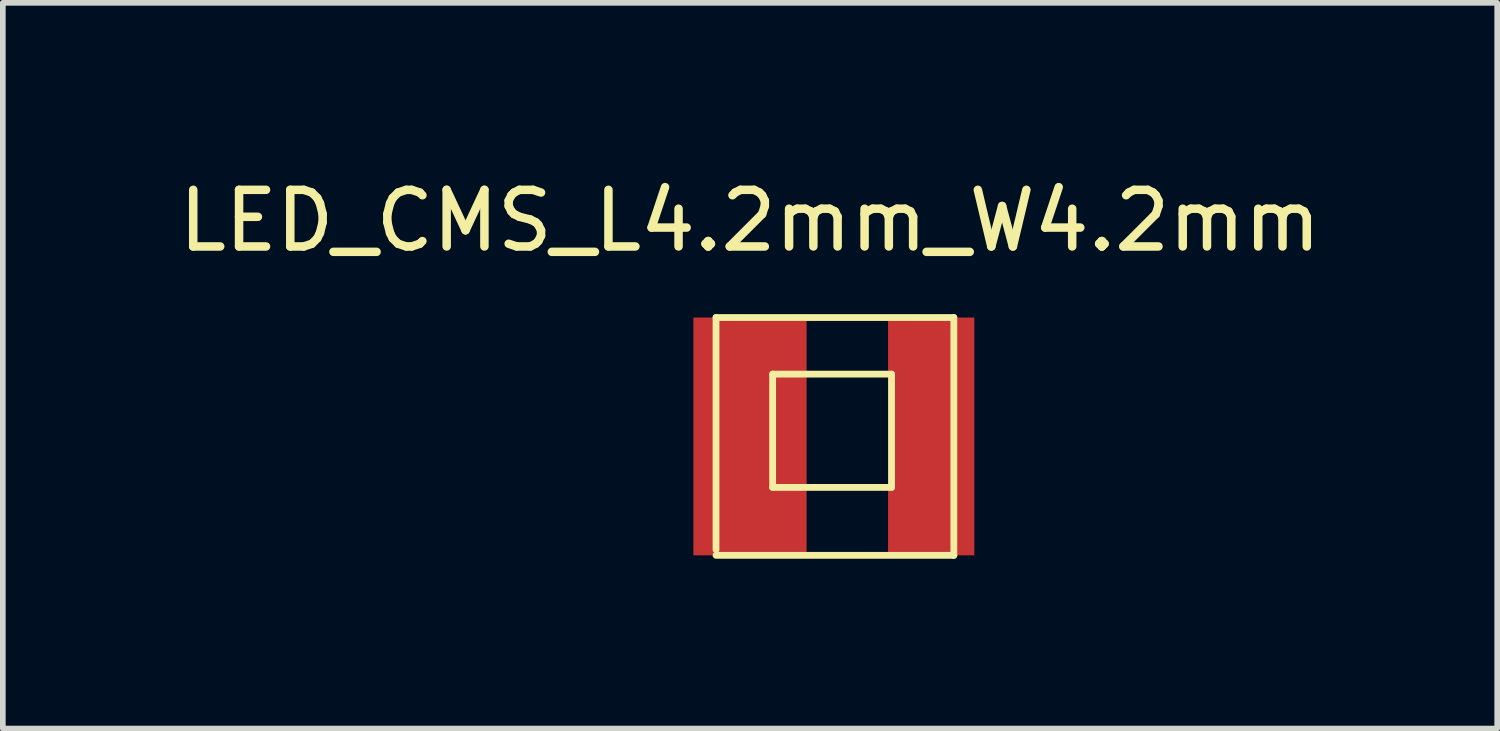
<source format=kicad_pcb>
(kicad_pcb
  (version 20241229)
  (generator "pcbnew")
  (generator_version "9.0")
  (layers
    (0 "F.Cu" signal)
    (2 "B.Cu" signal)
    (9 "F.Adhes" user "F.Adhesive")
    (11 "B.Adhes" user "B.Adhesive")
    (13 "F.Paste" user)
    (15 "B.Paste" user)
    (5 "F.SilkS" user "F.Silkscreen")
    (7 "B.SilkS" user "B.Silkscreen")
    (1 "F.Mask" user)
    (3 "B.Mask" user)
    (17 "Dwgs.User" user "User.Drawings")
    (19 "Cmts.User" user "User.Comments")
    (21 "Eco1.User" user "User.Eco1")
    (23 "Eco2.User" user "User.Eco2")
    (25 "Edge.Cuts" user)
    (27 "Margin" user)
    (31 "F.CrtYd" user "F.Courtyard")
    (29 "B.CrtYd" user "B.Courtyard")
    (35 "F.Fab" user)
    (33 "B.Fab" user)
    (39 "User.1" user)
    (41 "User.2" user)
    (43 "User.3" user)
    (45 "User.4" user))
  (footprint "LED_CMS_L4.2mm_W4.2mm"
    (layer "F.Cu")
    (at 10.196 4.658)
    (property "Reference" "LED_CMS_L4.2mm_W4.2mm" (at 0 -3.81 0) (layer "F.SilkS") (effects (font (size 1 1) (thickness 0.15))))
    (attr through_hole)
    (fp_line (start -0.6 -2.1) (end -0.6 2) (stroke (width 0.12) (type solid)) (layer "F.SilkS"))
    (fp_line (start -0.6 2.1) (end 3.6 2.1) (stroke (width 0.12) (type solid)) (layer "F.SilkS"))
    (fp_line (start 0.4 -1.1) (end 0.4 0.9) (stroke (width 0.12) (type solid)) (layer "F.SilkS"))
    (fp_line (start 0.4 0.9) (end 2.5 0.9) (stroke (width 0.12) (type solid)) (layer "F.SilkS"))
    (fp_line (start 2.5 -1.1) (end 0.4 -1.1) (stroke (width 0.12) (type solid)) (layer "F.SilkS"))
    (fp_line (start 2.5 0.9) (end 2.5 -1.1) (stroke (width 0.12) (type solid)) (layer "F.SilkS"))
    (fp_line (start 3.6 -2.1) (end -0.6 -2.1) (stroke (width 0.12) (type solid)) (layer "F.SilkS"))
    (fp_line (start 3.6 2.1) (end 3.6 -2.1) (stroke (width 0.12) (type solid)) (layer "F.SilkS"))
    (pad "1" smd rect (at 0 0) (size 2 4.2) (layers "F.Cu" "F.Mask" "F.Paste"))
    (pad "2" smd rect (at 3.2 0) (size 1.524 4.2) (layers "F.Cu" "F.Mask" "F.Paste")))
  (gr_rect
    (start -3 -3)
    (end 23.393 9.818)
    (stroke (width 0.1) (type default))
    (fill no)
    (layer "Edge.Cuts")))
</source>
